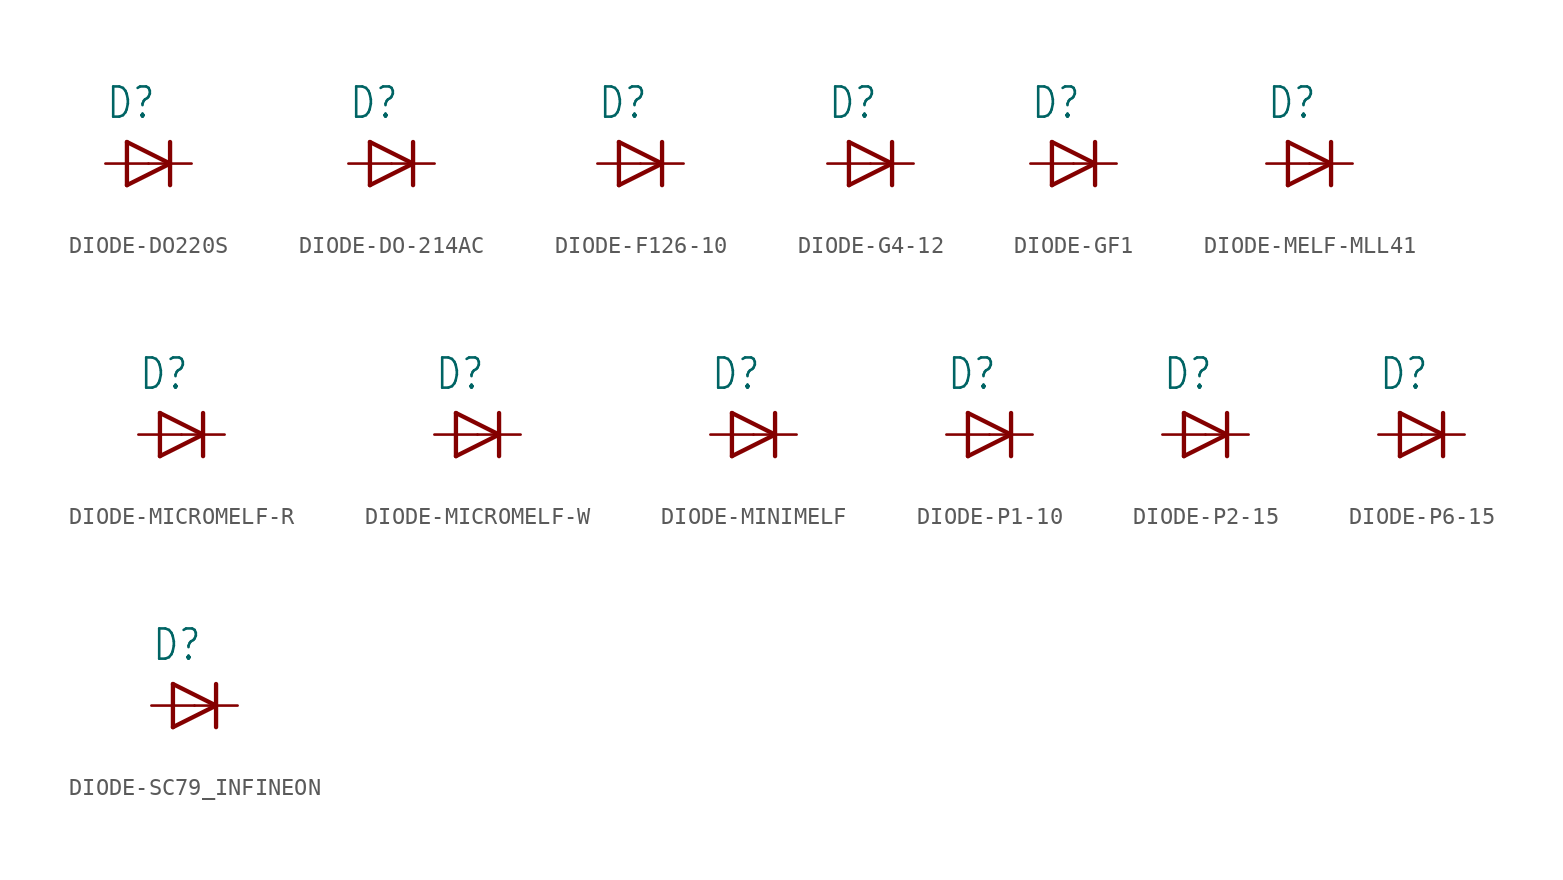
<source format=kicad_sym>
(kicad_symbol_lib
  (version 20220914)
  (generator kicad_symbol_editor)
  (symbol "DIODE-DO220S"
    (property "Reference" "D"
      (at -2.54 2.54 0)
      (effects (font (size 1.778 1.511)) (justify left bottom)))
    (property "Value" ""
      (at -2.54 -2.54 0)
      (effects (font (size 1.778 1.511)) (justify left top)))
    (property "ki_locked" ""
      (at 0 0 0)
      (effects (font (size 1.27 1.27))))
    (symbol "DIODE-DO220S_1_0"
      (polyline (pts (xy -1.27 -1.27) (xy 1.27 0)) (stroke (width 0.254) (type solid)) (fill (type none)))
      (polyline (pts (xy -1.27 1.27) (xy -1.27 -1.27)) (stroke (width 0.254) (type solid)) (fill (type none)))
      (polyline (pts (xy 1.27 0) (xy -1.27 1.27)) (stroke (width 0.254) (type solid)) (fill (type none)))
      (polyline (pts (xy 1.27 0) (xy 1.27 -1.27)) (stroke (width 0.254) (type solid)) (fill (type none)))
      (polyline (pts (xy 1.27 1.27) (xy 1.27 0)) (stroke (width 0.254) (type solid)) (fill (type none)))
      (pin passive line (at -2.54 0 0) (length 2.54) (name "A" (effects (font (size 0 0)))) (number "A" (effects (font (size 0 0)))))
      (pin passive line (at 2.54 0 180) (length 2.54) (name "C" (effects (font (size 0 0)))) (number "C" (effects (font (size 0 0)))))))
  (symbol "DIODE-DO-214AC"
    (property "Reference" "D"
      (at -2.54 2.54 0)
      (effects (font (size 1.778 1.511)) (justify left bottom)))
    (property "Value" ""
      (at -2.54 -2.54 0)
      (effects (font (size 1.778 1.511)) (justify left top)))
    (property "ki_locked" ""
      (at 0 0 0)
      (effects (font (size 1.27 1.27))))
    (symbol "DIODE-DO-214AC_1_0"
      (polyline (pts (xy -1.27 -1.27) (xy 1.27 0)) (stroke (width 0.254) (type solid)) (fill (type none)))
      (polyline (pts (xy -1.27 1.27) (xy -1.27 -1.27)) (stroke (width 0.254) (type solid)) (fill (type none)))
      (polyline (pts (xy 1.27 0) (xy -1.27 1.27)) (stroke (width 0.254) (type solid)) (fill (type none)))
      (polyline (pts (xy 1.27 0) (xy 1.27 -1.27)) (stroke (width 0.254) (type solid)) (fill (type none)))
      (polyline (pts (xy 1.27 1.27) (xy 1.27 0)) (stroke (width 0.254) (type solid)) (fill (type none)))
      (pin passive line (at -2.54 0 0) (length 2.54) (name "A" (effects (font (size 0 0)))) (number "A" (effects (font (size 0 0)))))
      (pin passive line (at 2.54 0 180) (length 2.54) (name "C" (effects (font (size 0 0)))) (number "C" (effects (font (size 0 0)))))))
  (symbol "DIODE-F126-10"
    (property "Reference" "D"
      (at -2.54 2.54 0)
      (effects (font (size 1.778 1.511)) (justify left bottom)))
    (property "Value" ""
      (at -2.54 -2.54 0)
      (effects (font (size 1.778 1.511)) (justify left top)))
    (property "ki_locked" ""
      (at 0 0 0)
      (effects (font (size 1.27 1.27))))
    (symbol "DIODE-F126-10_1_0"
      (polyline (pts (xy -1.27 -1.27) (xy 1.27 0)) (stroke (width 0.254) (type solid)) (fill (type none)))
      (polyline (pts (xy -1.27 1.27) (xy -1.27 -1.27)) (stroke (width 0.254) (type solid)) (fill (type none)))
      (polyline (pts (xy 1.27 0) (xy -1.27 1.27)) (stroke (width 0.254) (type solid)) (fill (type none)))
      (polyline (pts (xy 1.27 0) (xy 1.27 -1.27)) (stroke (width 0.254) (type solid)) (fill (type none)))
      (polyline (pts (xy 1.27 1.27) (xy 1.27 0)) (stroke (width 0.254) (type solid)) (fill (type none)))
      (pin passive line (at -2.54 0 0) (length 2.54) (name "A" (effects (font (size 0 0)))) (number "A" (effects (font (size 0 0)))))
      (pin passive line (at 2.54 0 180) (length 2.54) (name "C" (effects (font (size 0 0)))) (number "C" (effects (font (size 0 0)))))))
  (symbol "DIODE-G4-12"
    (property "Reference" "D"
      (at -2.54 2.54 0)
      (effects (font (size 1.778 1.511)) (justify left bottom)))
    (property "Value" ""
      (at -2.54 -2.54 0)
      (effects (font (size 1.778 1.511)) (justify left top)))
    (property "ki_locked" ""
      (at 0 0 0)
      (effects (font (size 1.27 1.27))))
    (symbol "DIODE-G4-12_1_0"
      (polyline (pts (xy -1.27 -1.27) (xy 1.27 0)) (stroke (width 0.254) (type solid)) (fill (type none)))
      (polyline (pts (xy -1.27 1.27) (xy -1.27 -1.27)) (stroke (width 0.254) (type solid)) (fill (type none)))
      (polyline (pts (xy 1.27 0) (xy -1.27 1.27)) (stroke (width 0.254) (type solid)) (fill (type none)))
      (polyline (pts (xy 1.27 0) (xy 1.27 -1.27)) (stroke (width 0.254) (type solid)) (fill (type none)))
      (polyline (pts (xy 1.27 1.27) (xy 1.27 0)) (stroke (width 0.254) (type solid)) (fill (type none)))
      (pin passive line (at -2.54 0 0) (length 2.54) (name "A" (effects (font (size 0 0)))) (number "A" (effects (font (size 0 0)))))
      (pin passive line (at 2.54 0 180) (length 2.54) (name "C" (effects (font (size 0 0)))) (number "C" (effects (font (size 0 0)))))))
  (symbol "DIODE-GF1"
    (property "Reference" "D"
      (at -2.54 2.54 0)
      (effects (font (size 1.778 1.511)) (justify left bottom)))
    (property "Value" ""
      (at -2.54 -2.54 0)
      (effects (font (size 1.778 1.511)) (justify left top)))
    (property "ki_locked" ""
      (at 0 0 0)
      (effects (font (size 1.27 1.27))))
    (symbol "DIODE-GF1_1_0"
      (polyline (pts (xy -1.27 -1.27) (xy 1.27 0)) (stroke (width 0.254) (type solid)) (fill (type none)))
      (polyline (pts (xy -1.27 1.27) (xy -1.27 -1.27)) (stroke (width 0.254) (type solid)) (fill (type none)))
      (polyline (pts (xy 1.27 0) (xy -1.27 1.27)) (stroke (width 0.254) (type solid)) (fill (type none)))
      (polyline (pts (xy 1.27 0) (xy 1.27 -1.27)) (stroke (width 0.254) (type solid)) (fill (type none)))
      (polyline (pts (xy 1.27 1.27) (xy 1.27 0)) (stroke (width 0.254) (type solid)) (fill (type none)))
      (pin passive line (at -2.54 0 0) (length 2.54) (name "A" (effects (font (size 0 0)))) (number "A" (effects (font (size 0 0)))))
      (pin passive line (at 2.54 0 180) (length 2.54) (name "C" (effects (font (size 0 0)))) (number "C" (effects (font (size 0 0)))))))
  (symbol "DIODE-MELF-MLL41"
    (property "Reference" "D"
      (at -2.54 2.54 0)
      (effects (font (size 1.778 1.511)) (justify left bottom)))
    (property "Value" ""
      (at -2.54 -2.54 0)
      (effects (font (size 1.778 1.511)) (justify left top)))
    (property "ki_locked" ""
      (at 0 0 0)
      (effects (font (size 1.27 1.27))))
    (symbol "DIODE-MELF-MLL41_1_0"
      (polyline (pts (xy -1.27 -1.27) (xy 1.27 0)) (stroke (width 0.254) (type solid)) (fill (type none)))
      (polyline (pts (xy -1.27 1.27) (xy -1.27 -1.27)) (stroke (width 0.254) (type solid)) (fill (type none)))
      (polyline (pts (xy 1.27 0) (xy -1.27 1.27)) (stroke (width 0.254) (type solid)) (fill (type none)))
      (polyline (pts (xy 1.27 0) (xy 1.27 -1.27)) (stroke (width 0.254) (type solid)) (fill (type none)))
      (polyline (pts (xy 1.27 1.27) (xy 1.27 0)) (stroke (width 0.254) (type solid)) (fill (type none)))
      (pin passive line (at -2.54 0 0) (length 2.54) (name "A" (effects (font (size 0 0)))) (number "A" (effects (font (size 0 0)))))
      (pin passive line (at 2.54 0 180) (length 2.54) (name "C" (effects (font (size 0 0)))) (number "C" (effects (font (size 0 0)))))))
  (symbol "DIODE-MICROMELF-R"
    (property "Reference" "D"
      (at -2.54 2.54 0)
      (effects (font (size 1.778 1.511)) (justify left bottom)))
    (property "Value" ""
      (at -2.54 -2.54 0)
      (effects (font (size 1.778 1.511)) (justify left top)))
    (property "ki_locked" ""
      (at 0 0 0)
      (effects (font (size 1.27 1.27))))
    (symbol "DIODE-MICROMELF-R_1_0"
      (polyline (pts (xy -1.27 -1.27) (xy 1.27 0)) (stroke (width 0.254) (type solid)) (fill (type none)))
      (polyline (pts (xy -1.27 1.27) (xy -1.27 -1.27)) (stroke (width 0.254) (type solid)) (fill (type none)))
      (polyline (pts (xy 1.27 0) (xy -1.27 1.27)) (stroke (width 0.254) (type solid)) (fill (type none)))
      (polyline (pts (xy 1.27 0) (xy 1.27 -1.27)) (stroke (width 0.254) (type solid)) (fill (type none)))
      (polyline (pts (xy 1.27 1.27) (xy 1.27 0)) (stroke (width 0.254) (type solid)) (fill (type none)))
      (pin passive line (at -2.54 0 0) (length 2.54) (name "A" (effects (font (size 0 0)))) (number "A" (effects (font (size 0 0)))))
      (pin passive line (at 2.54 0 180) (length 2.54) (name "C" (effects (font (size 0 0)))) (number "C" (effects (font (size 0 0)))))))
  (symbol "DIODE-MICROMELF-W"
    (property "Reference" "D"
      (at -2.54 2.54 0)
      (effects (font (size 1.778 1.511)) (justify left bottom)))
    (property "Value" ""
      (at -2.54 -2.54 0)
      (effects (font (size 1.778 1.511)) (justify left top)))
    (property "ki_locked" ""
      (at 0 0 0)
      (effects (font (size 1.27 1.27))))
    (symbol "DIODE-MICROMELF-W_1_0"
      (polyline (pts (xy -1.27 -1.27) (xy 1.27 0)) (stroke (width 0.254) (type solid)) (fill (type none)))
      (polyline (pts (xy -1.27 1.27) (xy -1.27 -1.27)) (stroke (width 0.254) (type solid)) (fill (type none)))
      (polyline (pts (xy 1.27 0) (xy -1.27 1.27)) (stroke (width 0.254) (type solid)) (fill (type none)))
      (polyline (pts (xy 1.27 0) (xy 1.27 -1.27)) (stroke (width 0.254) (type solid)) (fill (type none)))
      (polyline (pts (xy 1.27 1.27) (xy 1.27 0)) (stroke (width 0.254) (type solid)) (fill (type none)))
      (pin passive line (at -2.54 0 0) (length 2.54) (name "A" (effects (font (size 0 0)))) (number "A" (effects (font (size 0 0)))))
      (pin passive line (at 2.54 0 180) (length 2.54) (name "C" (effects (font (size 0 0)))) (number "C" (effects (font (size 0 0)))))))
  (symbol "DIODE-MINIMELF"
    (property "Reference" "D"
      (at -2.54 2.54 0)
      (effects (font (size 1.778 1.511)) (justify left bottom)))
    (property "Value" ""
      (at -2.54 -2.54 0)
      (effects (font (size 1.778 1.511)) (justify left top)))
    (property "ki_locked" ""
      (at 0 0 0)
      (effects (font (size 1.27 1.27))))
    (symbol "DIODE-MINIMELF_1_0"
      (polyline (pts (xy -1.27 -1.27) (xy 1.27 0)) (stroke (width 0.254) (type solid)) (fill (type none)))
      (polyline (pts (xy -1.27 1.27) (xy -1.27 -1.27)) (stroke (width 0.254) (type solid)) (fill (type none)))
      (polyline (pts (xy 1.27 0) (xy -1.27 1.27)) (stroke (width 0.254) (type solid)) (fill (type none)))
      (polyline (pts (xy 1.27 0) (xy 1.27 -1.27)) (stroke (width 0.254) (type solid)) (fill (type none)))
      (polyline (pts (xy 1.27 1.27) (xy 1.27 0)) (stroke (width 0.254) (type solid)) (fill (type none)))
      (pin passive line (at -2.54 0 0) (length 2.54) (name "A" (effects (font (size 0 0)))) (number "A" (effects (font (size 0 0)))))
      (pin passive line (at 2.54 0 180) (length 2.54) (name "C" (effects (font (size 0 0)))) (number "C" (effects (font (size 0 0)))))))
  (symbol "DIODE-P1-10"
    (property "Reference" "D"
      (at -2.54 2.54 0)
      (effects (font (size 1.778 1.511)) (justify left bottom)))
    (property "Value" ""
      (at -2.54 -2.54 0)
      (effects (font (size 1.778 1.511)) (justify left top)))
    (property "ki_locked" ""
      (at 0 0 0)
      (effects (font (size 1.27 1.27))))
    (symbol "DIODE-P1-10_1_0"
      (polyline (pts (xy -1.27 -1.27) (xy 1.27 0)) (stroke (width 0.254) (type solid)) (fill (type none)))
      (polyline (pts (xy -1.27 1.27) (xy -1.27 -1.27)) (stroke (width 0.254) (type solid)) (fill (type none)))
      (polyline (pts (xy 1.27 0) (xy -1.27 1.27)) (stroke (width 0.254) (type solid)) (fill (type none)))
      (polyline (pts (xy 1.27 0) (xy 1.27 -1.27)) (stroke (width 0.254) (type solid)) (fill (type none)))
      (polyline (pts (xy 1.27 1.27) (xy 1.27 0)) (stroke (width 0.254) (type solid)) (fill (type none)))
      (pin passive line (at -2.54 0 0) (length 2.54) (name "A" (effects (font (size 0 0)))) (number "A" (effects (font (size 0 0)))))
      (pin passive line (at 2.54 0 180) (length 2.54) (name "C" (effects (font (size 0 0)))) (number "C" (effects (font (size 0 0)))))))
  (symbol "DIODE-P2-15"
    (property "Reference" "D"
      (at -2.54 2.54 0)
      (effects (font (size 1.778 1.511)) (justify left bottom)))
    (property "Value" ""
      (at -2.54 -2.54 0)
      (effects (font (size 1.778 1.511)) (justify left top)))
    (property "ki_locked" ""
      (at 0 0 0)
      (effects (font (size 1.27 1.27))))
    (symbol "DIODE-P2-15_1_0"
      (polyline (pts (xy -1.27 -1.27) (xy 1.27 0)) (stroke (width 0.254) (type solid)) (fill (type none)))
      (polyline (pts (xy -1.27 1.27) (xy -1.27 -1.27)) (stroke (width 0.254) (type solid)) (fill (type none)))
      (polyline (pts (xy 1.27 0) (xy -1.27 1.27)) (stroke (width 0.254) (type solid)) (fill (type none)))
      (polyline (pts (xy 1.27 0) (xy 1.27 -1.27)) (stroke (width 0.254) (type solid)) (fill (type none)))
      (polyline (pts (xy 1.27 1.27) (xy 1.27 0)) (stroke (width 0.254) (type solid)) (fill (type none)))
      (pin passive line (at -2.54 0 0) (length 2.54) (name "A" (effects (font (size 0 0)))) (number "A" (effects (font (size 0 0)))))
      (pin passive line (at 2.54 0 180) (length 2.54) (name "C" (effects (font (size 0 0)))) (number "C" (effects (font (size 0 0)))))))
  (symbol "DIODE-P6-15"
    (property "Reference" "D"
      (at -2.54 2.54 0)
      (effects (font (size 1.778 1.511)) (justify left bottom)))
    (property "Value" ""
      (at -2.54 -2.54 0)
      (effects (font (size 1.778 1.511)) (justify left top)))
    (property "ki_locked" ""
      (at 0 0 0)
      (effects (font (size 1.27 1.27))))
    (symbol "DIODE-P6-15_1_0"
      (polyline (pts (xy -1.27 -1.27) (xy 1.27 0)) (stroke (width 0.254) (type solid)) (fill (type none)))
      (polyline (pts (xy -1.27 1.27) (xy -1.27 -1.27)) (stroke (width 0.254) (type solid)) (fill (type none)))
      (polyline (pts (xy 1.27 0) (xy -1.27 1.27)) (stroke (width 0.254) (type solid)) (fill (type none)))
      (polyline (pts (xy 1.27 0) (xy 1.27 -1.27)) (stroke (width 0.254) (type solid)) (fill (type none)))
      (polyline (pts (xy 1.27 1.27) (xy 1.27 0)) (stroke (width 0.254) (type solid)) (fill (type none)))
      (pin passive line (at -2.54 0 0) (length 2.54) (name "A" (effects (font (size 0 0)))) (number "A" (effects (font (size 0 0)))))
      (pin passive line (at 2.54 0 180) (length 2.54) (name "C" (effects (font (size 0 0)))) (number "C" (effects (font (size 0 0)))))))
  (symbol "DIODE-SC79_INFINEON"
    (property "Reference" "D"
      (at -2.54 2.54 0)
      (effects (font (size 1.778 1.511)) (justify left bottom)))
    (property "Value" ""
      (at -2.54 -2.54 0)
      (effects (font (size 1.778 1.511)) (justify left top)))
    (property "ki_locked" ""
      (at 0 0 0)
      (effects (font (size 1.27 1.27))))
    (symbol "DIODE-SC79_INFINEON_1_0"
      (polyline (pts (xy -1.27 -1.27) (xy 1.27 0)) (stroke (width 0.254) (type solid)) (fill (type none)))
      (polyline (pts (xy -1.27 1.27) (xy -1.27 -1.27)) (stroke (width 0.254) (type solid)) (fill (type none)))
      (polyline (pts (xy 1.27 0) (xy -1.27 1.27)) (stroke (width 0.254) (type solid)) (fill (type none)))
      (polyline (pts (xy 1.27 0) (xy 1.27 -1.27)) (stroke (width 0.254) (type solid)) (fill (type none)))
      (polyline (pts (xy 1.27 1.27) (xy 1.27 0)) (stroke (width 0.254) (type solid)) (fill (type none)))
      (pin passive line (at -2.54 0 0) (length 2.54) (name "A" (effects (font (size 0 0)))) (number "A" (effects (font (size 0 0)))))
      (pin passive line (at 2.54 0 180) (length 2.54) (name "C" (effects (font (size 0 0)))) (number "C" (effects (font (size 0 0))))))))
</source>
